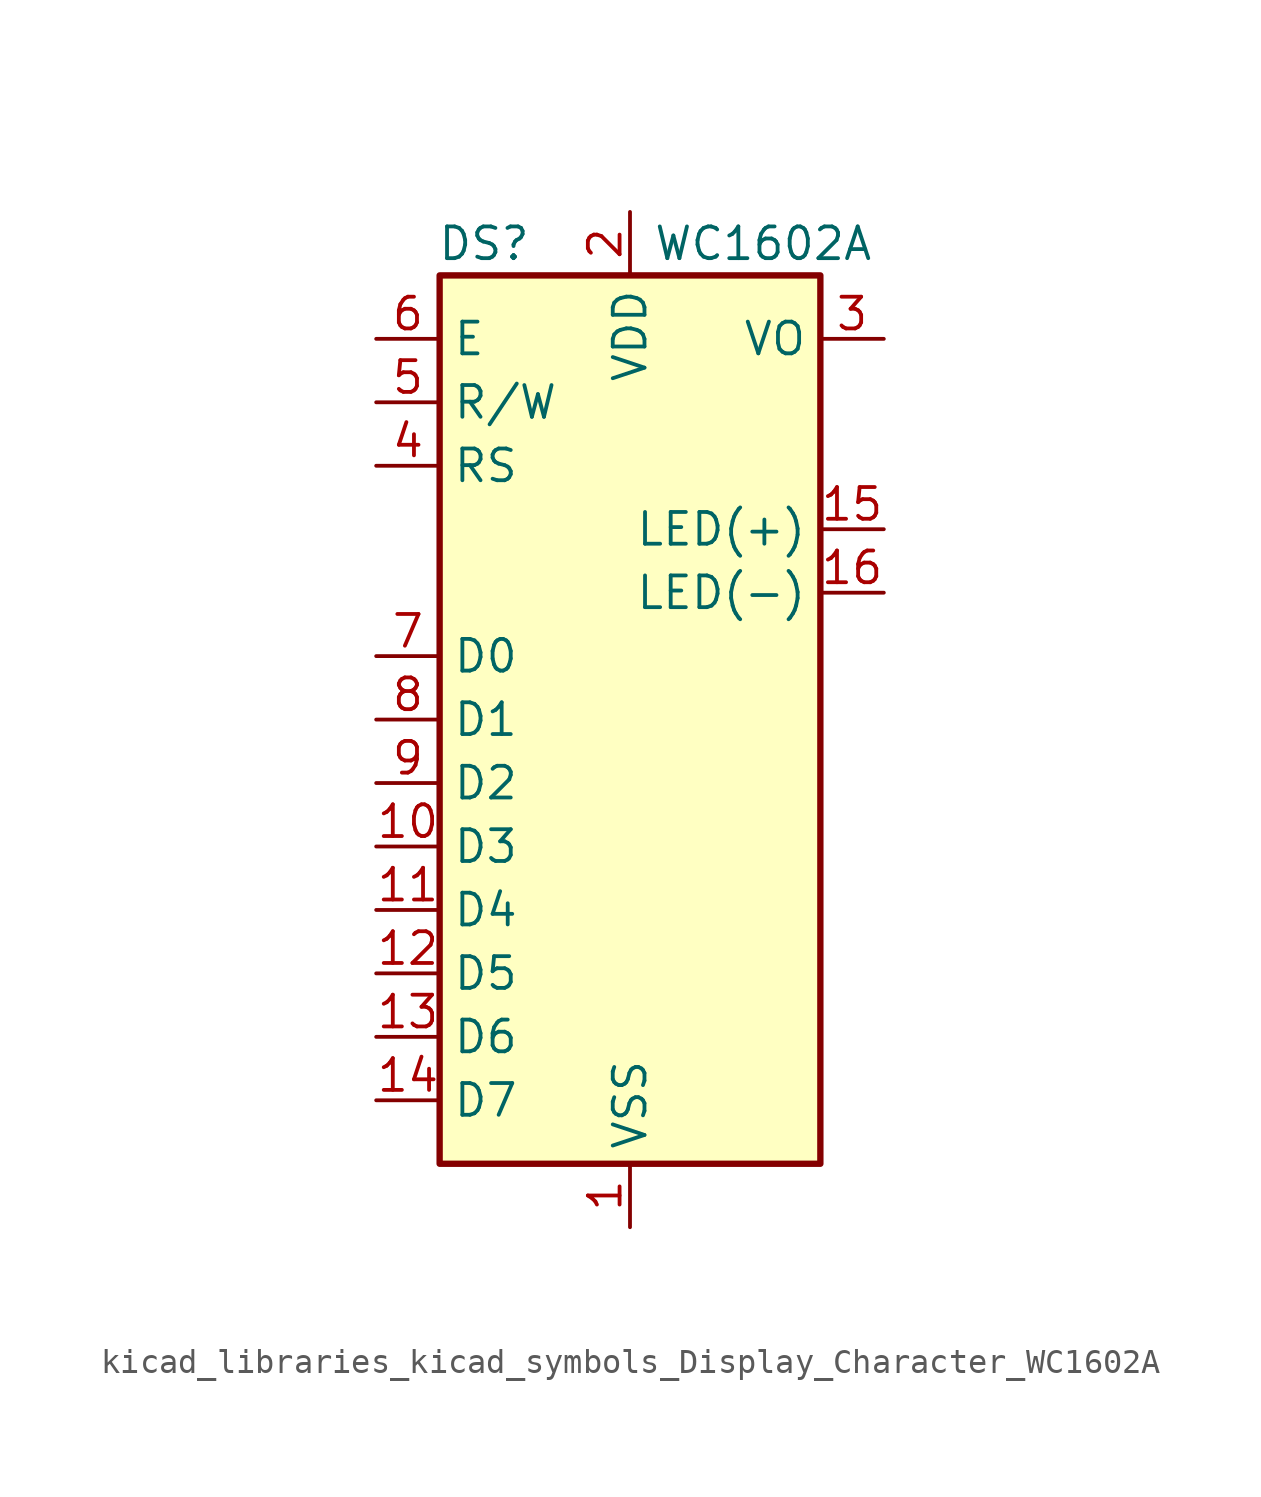
<source format=kicad_sym>
(kicad_symbol_lib
  (version 20220914)
  (generator kicad_symbol_editor)
  (symbol "kicad_libraries_kicad_symbols_Display_Character_WC1602A"
    (property "Reference" "DS"
      (at -5.842 19.05 0)
      (effects (font (size 1.27 1.27))))
    (property "Value" "WC1602A"
      (at 5.334 19.05 0)
      (effects (font (size 1.27 1.27))))
    (symbol "kicad_libraries_kicad_symbols_Display_Character_WC1602A_1_1"
      (rectangle (start -7.62 17.78) (end 7.62 -17.78) (stroke (width 0.254) (type default)) (fill (type background)))
      (pin power_in line (at 0 -20.32 90) (length 2.54) (name "VSS" (effects (font (size 1.27 1.27)))) (number "1" (effects (font (size 1.27 1.27)))))
      (pin input line (at -10.16 -5.08 0) (length 2.54) (name "D3" (effects (font (size 1.27 1.27)))) (number "10" (effects (font (size 1.27 1.27)))))
      (pin input line (at -10.16 -7.62 0) (length 2.54) (name "D4" (effects (font (size 1.27 1.27)))) (number "11" (effects (font (size 1.27 1.27)))))
      (pin input line (at -10.16 -10.16 0) (length 2.54) (name "D5" (effects (font (size 1.27 1.27)))) (number "12" (effects (font (size 1.27 1.27)))))
      (pin input line (at -10.16 -12.7 0) (length 2.54) (name "D6" (effects (font (size 1.27 1.27)))) (number "13" (effects (font (size 1.27 1.27)))))
      (pin input line (at -10.16 -15.24 0) (length 2.54) (name "D7" (effects (font (size 1.27 1.27)))) (number "14" (effects (font (size 1.27 1.27)))))
      (pin power_in line (at 10.16 7.62 180) (length 2.54) (name "LED(+)" (effects (font (size 1.27 1.27)))) (number "15" (effects (font (size 1.27 1.27)))))
      (pin power_in line (at 10.16 5.08 180) (length 2.54) (name "LED(-)" (effects (font (size 1.27 1.27)))) (number "16" (effects (font (size 1.27 1.27)))))
      (pin power_in line (at 0 20.32 270) (length 2.54) (name "VDD" (effects (font (size 1.27 1.27)))) (number "2" (effects (font (size 1.27 1.27)))))
      (pin input line (at 10.16 15.24 180) (length 2.54) (name "VO" (effects (font (size 1.27 1.27)))) (number "3" (effects (font (size 1.27 1.27)))))
      (pin input line (at -10.16 10.16 0) (length 2.54) (name "RS" (effects (font (size 1.27 1.27)))) (number "4" (effects (font (size 1.27 1.27)))))
      (pin input line (at -10.16 12.7 0) (length 2.54) (name "R/W" (effects (font (size 1.27 1.27)))) (number "5" (effects (font (size 1.27 1.27)))))
      (pin input line (at -10.16 15.24 0) (length 2.54) (name "E" (effects (font (size 1.27 1.27)))) (number "6" (effects (font (size 1.27 1.27)))))
      (pin input line (at -10.16 2.54 0) (length 2.54) (name "D0" (effects (font (size 1.27 1.27)))) (number "7" (effects (font (size 1.27 1.27)))))
      (pin input line (at -10.16 0 0) (length 2.54) (name "D1" (effects (font (size 1.27 1.27)))) (number "8" (effects (font (size 1.27 1.27)))))
      (pin input line (at -10.16 -2.54 0) (length 2.54) (name "D2" (effects (font (size 1.27 1.27)))) (number "9" (effects (font (size 1.27 1.27))))))))
</source>
